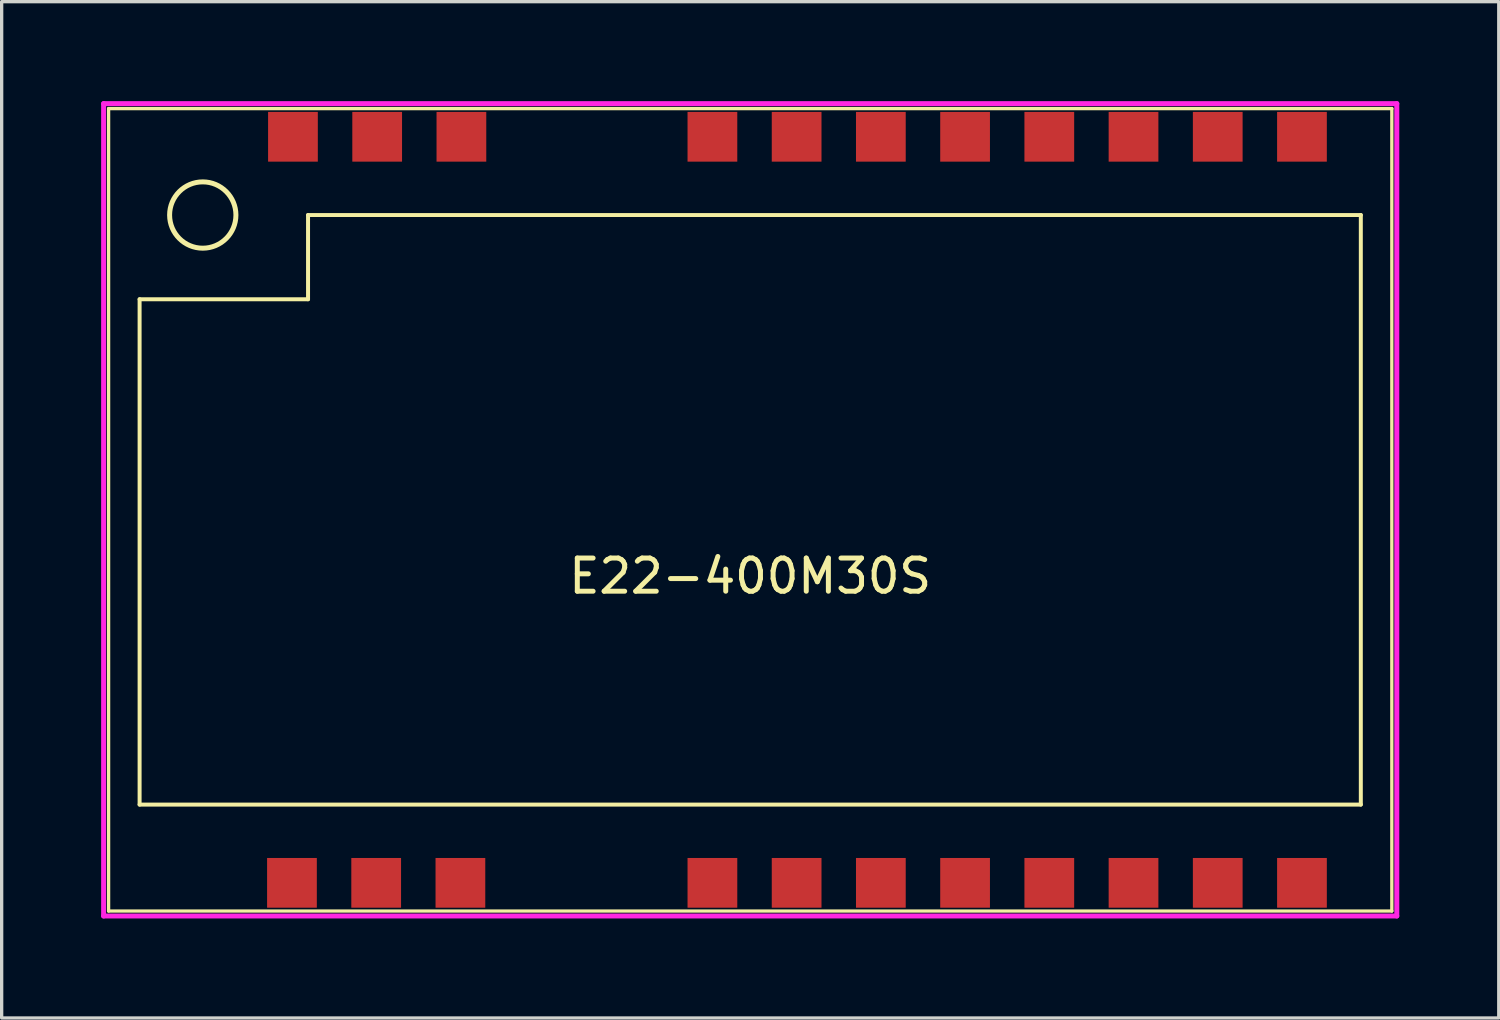
<source format=kicad_pcb>
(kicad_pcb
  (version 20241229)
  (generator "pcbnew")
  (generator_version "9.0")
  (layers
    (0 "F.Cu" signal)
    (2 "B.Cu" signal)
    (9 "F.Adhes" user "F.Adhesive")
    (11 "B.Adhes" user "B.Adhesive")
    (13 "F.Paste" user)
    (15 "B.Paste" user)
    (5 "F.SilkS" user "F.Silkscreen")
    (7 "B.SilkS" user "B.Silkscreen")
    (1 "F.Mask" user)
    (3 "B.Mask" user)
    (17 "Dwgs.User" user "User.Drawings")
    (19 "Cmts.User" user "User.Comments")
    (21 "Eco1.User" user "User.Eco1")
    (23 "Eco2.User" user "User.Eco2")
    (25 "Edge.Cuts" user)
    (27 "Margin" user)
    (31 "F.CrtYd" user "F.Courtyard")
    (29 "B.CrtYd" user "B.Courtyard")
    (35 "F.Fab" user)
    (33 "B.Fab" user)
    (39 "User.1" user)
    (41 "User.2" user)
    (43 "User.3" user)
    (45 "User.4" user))
  (footprint "E22-400M30S"
    (layer "F.Cu")
    (at 19.575 12.325)
    (property "Reference" "E22-400M30S" (at 0 2 0) (layer "F.SilkS") (effects (font (size 1 1) (thickness 0.15))))
    (attr smd)
    (fp_line (start -19.35 -12.1) (end 19.35 -12.1) (stroke (width 0.1) (type solid)) (layer "F.SilkS"))
    (fp_line (start -19.35 12.1) (end -19.35 -12.1) (stroke (width 0.1) (type solid)) (layer "F.SilkS"))
    (fp_line (start -18.415 -6.35) (end -13.335 -6.35) (stroke (width 0.12) (type solid)) (layer "F.SilkS"))
    (fp_line (start -18.415 8.89) (end -18.415 -6.35) (stroke (width 0.12) (type solid)) (layer "F.SilkS"))
    (fp_line (start -13.335 -6.35) (end -13.335 -8.89) (stroke (width 0.12) (type solid)) (layer "F.SilkS"))
    (fp_line (start 18.415 -8.89) (end -13.335 -8.89) (stroke (width 0.12) (type solid)) (layer "F.SilkS"))
    (fp_line (start 18.415 -8.89) (end 18.415 8.89) (stroke (width 0.12) (type solid)) (layer "F.SilkS"))
    (fp_line (start 18.415 8.89) (end -18.415 8.89) (stroke (width 0.12) (type solid)) (layer "F.SilkS"))
    (fp_line (start 19.35 -12.1) (end 19.35 12.1) (stroke (width 0.1) (type solid)) (layer "F.SilkS"))
    (fp_line (start 19.35 12.1) (end -19.35 12.1) (stroke (width 0.1) (type solid)) (layer "F.SilkS"))
    (fp_circle (center -16.51 -8.89) (end -16.51 -7.89) (stroke (width 0.15) (type solid)) (fill no) (layer "F.SilkS"))
    (fp_line (start -19.5 -12.25) (end 19.5 -12.25) (stroke (width 0.15) (type solid)) (layer "F.CrtYd"))
    (fp_line (start -19.5 12.25) (end -19.5 -12.25) (stroke (width 0.15) (type solid)) (layer "F.CrtYd"))
    (fp_line (start 19.5 -12.25) (end 19.5 12.25) (stroke (width 0.15) (type solid)) (layer "F.CrtYd"))
    (fp_line (start 19.5 12.25) (end -19.5 12.25) (stroke (width 0.15) (type solid)) (layer "F.CrtYd"))
    (pad "1" smd rect (at -13.82 11.25) (size 1.5 1.5) (layers "F.Cu" "F.Mask" "F.Paste"))
    (pad "2" smd rect (at -11.28 11.25) (size 1.5 1.5) (layers "F.Cu" "F.Mask" "F.Paste"))
    (pad "3" smd rect (at -8.74 11.25) (size 1.5 1.5) (layers "F.Cu" "F.Mask" "F.Paste"))
    (pad "4" smd rect (at -1.14 11.25) (size 1.5 1.5) (layers "F.Cu" "F.Mask" "F.Paste"))
    (pad "5" smd rect (at 1.4 11.25) (size 1.5 1.5) (layers "F.Cu" "F.Mask" "F.Paste"))
    (pad "6" smd rect (at 3.94 11.25) (size 1.5 1.5) (layers "F.Cu" "F.Mask" "F.Paste"))
    (pad "7" smd rect (at 6.48 11.25) (size 1.5 1.5) (layers "F.Cu" "F.Mask" "F.Paste"))
    (pad "8" smd rect (at 9.02 11.25) (size 1.5 1.5) (layers "F.Cu" "F.Mask" "F.Paste"))
    (pad "9" smd rect (at 11.56 11.25) (size 1.5 1.5) (layers "F.Cu" "F.Mask" "F.Paste"))
    (pad "10" smd rect (at 14.1 11.25) (size 1.5 1.5) (layers "F.Cu" "F.Mask" "F.Paste"))
    (pad "11" smd rect (at 16.64 11.25) (size 1.5 1.5) (layers "F.Cu" "F.Mask" "F.Paste"))
    (pad "12" smd rect (at 16.64 -11.25) (size 1.5 1.5) (layers "F.Cu" "F.Mask" "F.Paste"))
    (pad "13" smd rect (at 14.1 -11.25) (size 1.5 1.5) (layers "F.Cu" "F.Mask" "F.Paste"))
    (pad "14" smd rect (at 11.56 -11.25) (size 1.5 1.5) (layers "F.Cu" "F.Mask" "F.Paste"))
    (pad "15" smd rect (at 9.02 -11.25) (size 1.5 1.5) (layers "F.Cu" "F.Mask" "F.Paste"))
    (pad "16" smd rect (at 6.48 -11.25) (size 1.5 1.5) (layers "F.Cu" "F.Mask" "F.Paste"))
    (pad "17" smd rect (at 3.94 -11.25) (size 1.5 1.5) (layers "F.Cu" "F.Mask" "F.Paste"))
    (pad "18" smd rect (at 1.4 -11.25) (size 1.5 1.5) (layers "F.Cu" "F.Mask" "F.Paste"))
    (pad "19" smd rect (at -1.14 -11.25) (size 1.5 1.5) (layers "F.Cu" "F.Mask" "F.Paste"))
    (pad "20" smd rect (at -8.71 -11.25) (size 1.5 1.5) (layers "F.Cu" "F.Mask" "F.Paste"))
    (pad "21" smd rect (at -11.25 -11.25) (size 1.5 1.5) (layers "F.Cu" "F.Mask" "F.Paste"))
    (pad "22" smd rect (at -13.79 -11.25) (size 1.5 1.5) (layers "F.Cu" "F.Mask" "F.Paste")))
  (gr_rect
    (start -3 -3)
    (end 42.15 27.65)
    (stroke (width 0.1) (type default))
    (fill no)
    (layer "Edge.Cuts")))
</source>
